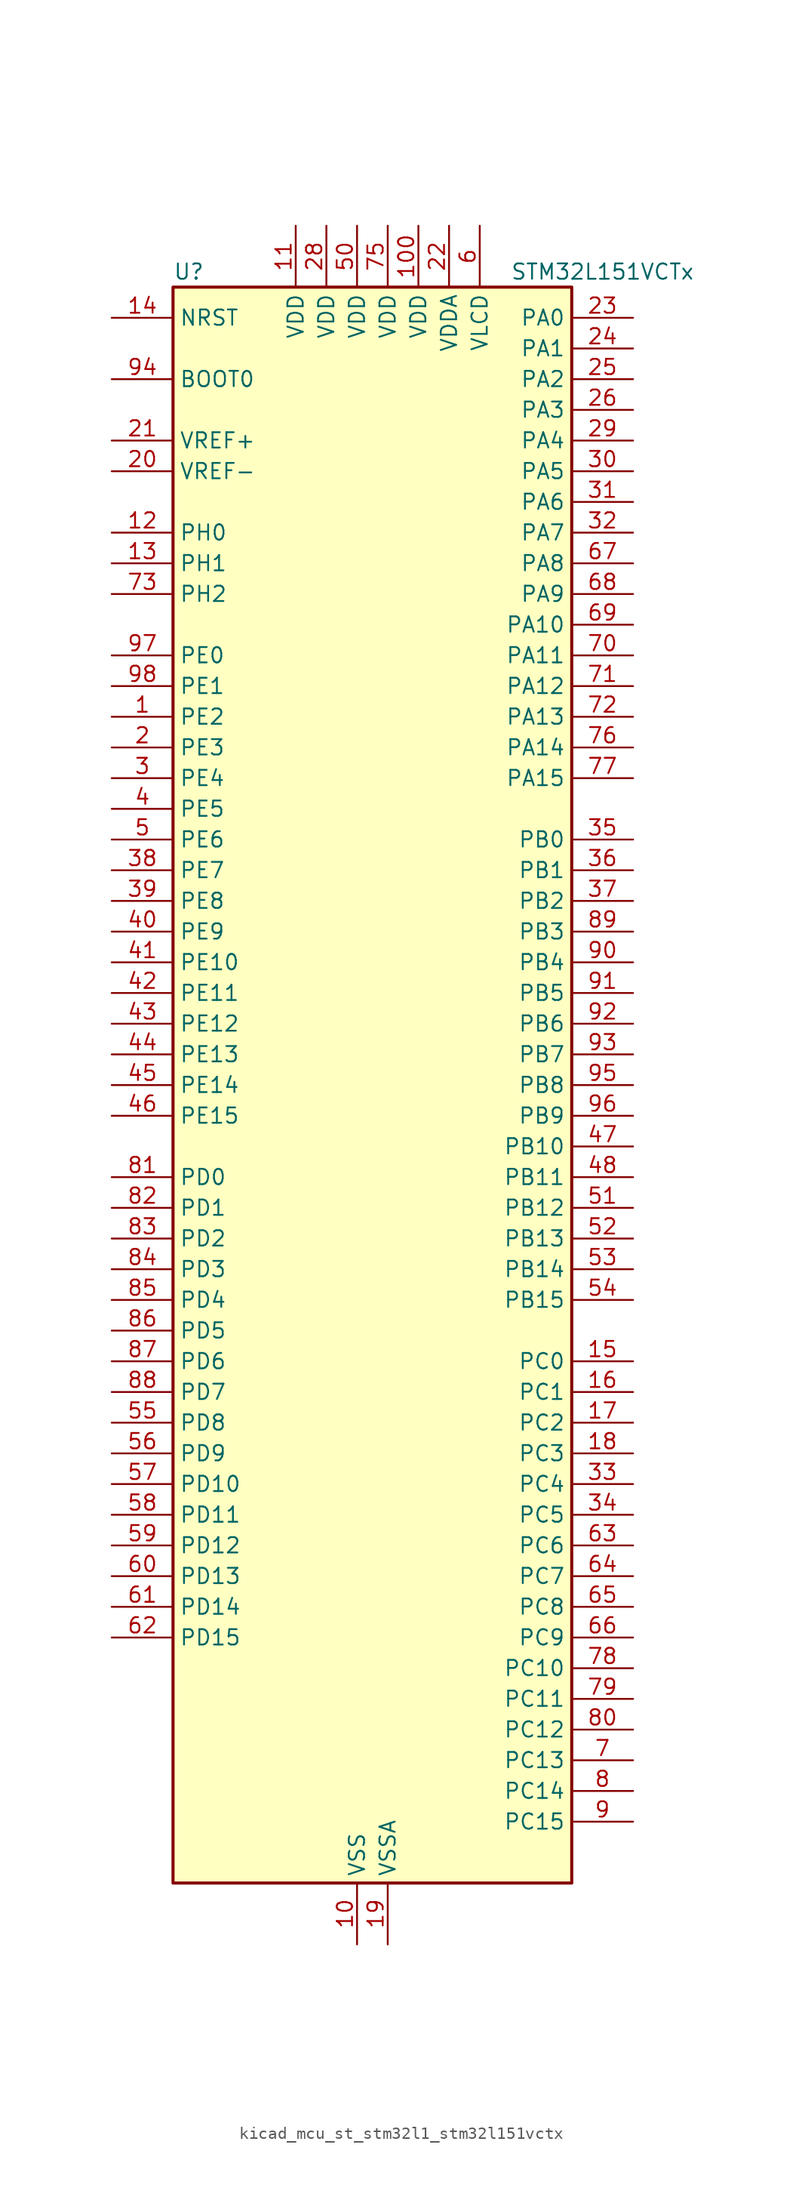
<source format=kicad_sym>
(kicad_symbol_lib
  (version 20220914)
  (generator kicad_symbol_editor)
  (symbol "kicad_mcu_st_stm32l1_stm32l151vctx"
    (property "Reference" "U"
      (at -15.24 67.31 0)
      (effects (font (size 1.27 1.27)) (justify left)))
    (property "Value" "STM32L151VCTx"
      (at 12.7 67.31 0)
      (effects (font (size 1.27 1.27)) (justify left)))
    (property "ki_locked" ""
      (at 0 0 0)
      (effects (font (size 1.27 1.27))))
    (symbol "kicad_mcu_st_stm32l1_stm32l151vctx_0_1"
      (rectangle (start -15.24 -66.04) (end 17.78 66.04) (stroke (width 0.254) (type default)) (fill (type background))))
    (symbol "kicad_mcu_st_stm32l1_stm32l151vctx_1_1"
      (pin bidirectional line (at -20.32 30.48 0) (length 5.08) (name "PE2" (effects (font (size 1.27 1.27)))) (number "1" (effects (font (size 1.27 1.27)))) (alternate "SYS_TRACECK" bidirectional line) (alternate "TIM3_ETR" bidirectional line) (alternate "TIMX_IC3" bidirectional line))
      (pin power_in line (at 0 -71.12 90) (length 5.08) (name "VSS" (effects (font (size 1.27 1.27)))) (number "10" (effects (font (size 1.27 1.27)))))
      (pin power_in line (at 5.08 71.12 270) (length 5.08) (name "VDD" (effects (font (size 1.27 1.27)))) (number "100" (effects (font (size 1.27 1.27)))))
      (pin power_in line (at -5.08 71.12 270) (length 5.08) (name "VDD" (effects (font (size 1.27 1.27)))) (number "11" (effects (font (size 1.27 1.27)))))
      (pin bidirectional line (at -20.32 45.72 0) (length 5.08) (name "PH0" (effects (font (size 1.27 1.27)))) (number "12" (effects (font (size 1.27 1.27)))) (alternate "RCC_OSC_IN" bidirectional line))
      (pin bidirectional line (at -20.32 43.18 0) (length 5.08) (name "PH1" (effects (font (size 1.27 1.27)))) (number "13" (effects (font (size 1.27 1.27)))) (alternate "RCC_OSC_OUT" bidirectional line))
      (pin input line (at -20.32 63.5 0) (length 5.08) (name "NRST" (effects (font (size 1.27 1.27)))) (number "14" (effects (font (size 1.27 1.27)))))
      (pin bidirectional line (at 22.86 -22.86 180) (length 5.08) (name "PC0" (effects (font (size 1.27 1.27)))) (number "15" (effects (font (size 1.27 1.27)))) (alternate "ADC_IN10" bidirectional line) (alternate "COMP1_INP" bidirectional line) (alternate "TIMX_IC1" bidirectional line) (alternate "TS_G8_IO1" bidirectional line))
      (pin bidirectional line (at 22.86 -25.4 180) (length 5.08) (name "PC1" (effects (font (size 1.27 1.27)))) (number "16" (effects (font (size 1.27 1.27)))) (alternate "ADC_IN11" bidirectional line) (alternate "COMP1_INP" bidirectional line) (alternate "TIMX_IC2" bidirectional line) (alternate "TS_G8_IO2" bidirectional line))
      (pin bidirectional line (at 22.86 -27.94 180) (length 5.08) (name "PC2" (effects (font (size 1.27 1.27)))) (number "17" (effects (font (size 1.27 1.27)))) (alternate "ADC_IN12" bidirectional line) (alternate "COMP1_INP" bidirectional line) (alternate "TIMX_IC3" bidirectional line) (alternate "TS_G8_IO3" bidirectional line))
      (pin bidirectional line (at 22.86 -30.48 180) (length 5.08) (name "PC3" (effects (font (size 1.27 1.27)))) (number "18" (effects (font (size 1.27 1.27)))) (alternate "ADC_IN13" bidirectional line) (alternate "COMP1_INP" bidirectional line) (alternate "TIMX_IC4" bidirectional line) (alternate "TS_G8_IO4" bidirectional line))
      (pin power_in line (at 2.54 -71.12 90) (length 5.08) (name "VSSA" (effects (font (size 1.27 1.27)))) (number "19" (effects (font (size 1.27 1.27)))))
      (pin bidirectional line (at -20.32 27.94 0) (length 5.08) (name "PE3" (effects (font (size 1.27 1.27)))) (number "2" (effects (font (size 1.27 1.27)))) (alternate "SYS_TRACED0" bidirectional line) (alternate "TIM3_CH1" bidirectional line) (alternate "TIMX_IC4" bidirectional line))
      (pin input line (at -20.32 50.8 0) (length 5.08) (name "VREF-" (effects (font (size 1.27 1.27)))) (number "20" (effects (font (size 1.27 1.27)))))
      (pin input line (at -20.32 53.34 0) (length 5.08) (name "VREF+" (effects (font (size 1.27 1.27)))) (number "21" (effects (font (size 1.27 1.27)))))
      (pin power_in line (at 7.62 71.12 270) (length 5.08) (name "VDDA" (effects (font (size 1.27 1.27)))) (number "22" (effects (font (size 1.27 1.27)))))
      (pin bidirectional line (at 22.86 63.5 180) (length 5.08) (name "PA0" (effects (font (size 1.27 1.27)))) (number "23" (effects (font (size 1.27 1.27)))) (alternate "ADC_IN0" bidirectional line) (alternate "COMP1_INP" bidirectional line) (alternate "RTC_TAMP2" bidirectional line) (alternate "SYS_WKUP1" bidirectional line) (alternate "TIM2_CH1" bidirectional line) (alternate "TIM2_ETR" bidirectional line) (alternate "TIM5_CH1" bidirectional line) (alternate "TIMX_IC1" bidirectional line) (alternate "TS_G1_IO1" bidirectional line) (alternate "USART2_CTS" bidirectional line))
      (pin bidirectional line (at 22.86 60.96 180) (length 5.08) (name "PA1" (effects (font (size 1.27 1.27)))) (number "24" (effects (font (size 1.27 1.27)))) (alternate "ADC_IN1" bidirectional line) (alternate "COMP1_INP" bidirectional line) (alternate "OPAMP1_VINP" bidirectional line) (alternate "TIM2_CH2" bidirectional line) (alternate "TIM5_CH2" bidirectional line) (alternate "TIMX_IC2" bidirectional line) (alternate "TS_G1_IO2" bidirectional line) (alternate "USART2_RTS" bidirectional line))
      (pin bidirectional line (at 22.86 58.42 180) (length 5.08) (name "PA2" (effects (font (size 1.27 1.27)))) (number "25" (effects (font (size 1.27 1.27)))) (alternate "ADC_IN2" bidirectional line) (alternate "COMP1_INP" bidirectional line) (alternate "OPAMP1_VINM" bidirectional line) (alternate "TIM2_CH3" bidirectional line) (alternate "TIM5_CH3" bidirectional line) (alternate "TIM9_CH1" bidirectional line) (alternate "TIMX_IC3" bidirectional line) (alternate "TS_G1_IO3" bidirectional line) (alternate "USART2_TX" bidirectional line))
      (pin bidirectional line (at 22.86 55.88 180) (length 5.08) (name "PA3" (effects (font (size 1.27 1.27)))) (number "26" (effects (font (size 1.27 1.27)))) (alternate "ADC_IN3" bidirectional line) (alternate "COMP1_INP" bidirectional line) (alternate "OPAMP1_VOUT" bidirectional line) (alternate "TIM2_CH4" bidirectional line) (alternate "TIM5_CH4" bidirectional line) (alternate "TIM9_CH2" bidirectional line) (alternate "TIMX_IC4" bidirectional line) (alternate "TS_G1_IO4" bidirectional line) (alternate "USART2_RX" bidirectional line))
      (pin passive line (at 0 -71.12 90) (length 5.08) hide (name "VSS" (effects (font (size 1.27 1.27)))) (number "27" (effects (font (size 1.27 1.27)))))
      (pin power_in line (at -2.54 71.12 270) (length 5.08) (name "VDD" (effects (font (size 1.27 1.27)))) (number "28" (effects (font (size 1.27 1.27)))))
      (pin bidirectional line (at 22.86 53.34 180) (length 5.08) (name "PA4" (effects (font (size 1.27 1.27)))) (number "29" (effects (font (size 1.27 1.27)))) (alternate "ADC_IN4" bidirectional line) (alternate "COMP1_INP" bidirectional line) (alternate "DAC_OUT1" bidirectional line) (alternate "I2S3_WS" bidirectional line) (alternate "SPI1_NSS" bidirectional line) (alternate "SPI3_NSS" bidirectional line) (alternate "TIMX_IC1" bidirectional line) (alternate "USART2_CK" bidirectional line))
      (pin bidirectional line (at -20.32 25.4 0) (length 5.08) (name "PE4" (effects (font (size 1.27 1.27)))) (number "3" (effects (font (size 1.27 1.27)))) (alternate "SYS_TRACED1" bidirectional line) (alternate "TIM3_CH2" bidirectional line) (alternate "TIMX_IC1" bidirectional line))
      (pin bidirectional line (at 22.86 50.8 180) (length 5.08) (name "PA5" (effects (font (size 1.27 1.27)))) (number "30" (effects (font (size 1.27 1.27)))) (alternate "ADC_IN5" bidirectional line) (alternate "COMP1_INP" bidirectional line) (alternate "DAC_OUT2" bidirectional line) (alternate "SPI1_SCK" bidirectional line) (alternate "TIM2_CH1" bidirectional line) (alternate "TIM2_ETR" bidirectional line) (alternate "TIMX_IC2" bidirectional line))
      (pin bidirectional line (at 22.86 48.26 180) (length 5.08) (name "PA6" (effects (font (size 1.27 1.27)))) (number "31" (effects (font (size 1.27 1.27)))) (alternate "ADC_IN6" bidirectional line) (alternate "COMP1_INP" bidirectional line) (alternate "OPAMP2_VINP" bidirectional line) (alternate "SPI1_MISO" bidirectional line) (alternate "TIM10_CH1" bidirectional line) (alternate "TIM3_CH1" bidirectional line) (alternate "TIMX_IC3" bidirectional line) (alternate "TS_G2_IO1" bidirectional line))
      (pin bidirectional line (at 22.86 45.72 180) (length 5.08) (name "PA7" (effects (font (size 1.27 1.27)))) (number "32" (effects (font (size 1.27 1.27)))) (alternate "ADC_IN7" bidirectional line) (alternate "COMP1_INP" bidirectional line) (alternate "OPAMP2_VINM" bidirectional line) (alternate "SPI1_MOSI" bidirectional line) (alternate "TIM11_CH1" bidirectional line) (alternate "TIM3_CH2" bidirectional line) (alternate "TIMX_IC4" bidirectional line) (alternate "TS_G2_IO2" bidirectional line))
      (pin bidirectional line (at 22.86 -33.02 180) (length 5.08) (name "PC4" (effects (font (size 1.27 1.27)))) (number "33" (effects (font (size 1.27 1.27)))) (alternate "ADC_IN14" bidirectional line) (alternate "COMP1_INP" bidirectional line) (alternate "TIMX_IC1" bidirectional line) (alternate "TS_G9_IO1" bidirectional line))
      (pin bidirectional line (at 22.86 -35.56 180) (length 5.08) (name "PC5" (effects (font (size 1.27 1.27)))) (number "34" (effects (font (size 1.27 1.27)))) (alternate "ADC_IN15" bidirectional line) (alternate "COMP1_INP" bidirectional line) (alternate "TIMX_IC2" bidirectional line) (alternate "TS_G9_IO2" bidirectional line))
      (pin bidirectional line (at 22.86 20.32 180) (length 5.08) (name "PB0" (effects (font (size 1.27 1.27)))) (number "35" (effects (font (size 1.27 1.27)))) (alternate "ADC_IN8" bidirectional line) (alternate "COMP1_INP" bidirectional line) (alternate "OPAMP2_VOUT" bidirectional line) (alternate "SYS_V_REF_OUT" bidirectional line) (alternate "TIM3_CH3" bidirectional line) (alternate "TS_G3_IO1" bidirectional line))
      (pin bidirectional line (at 22.86 17.78 180) (length 5.08) (name "PB1" (effects (font (size 1.27 1.27)))) (number "36" (effects (font (size 1.27 1.27)))) (alternate "ADC_IN9" bidirectional line) (alternate "COMP1_INP" bidirectional line) (alternate "SYS_V_REF_OUT" bidirectional line) (alternate "TIM3_CH4" bidirectional line) (alternate "TS_G3_IO2" bidirectional line))
      (pin bidirectional line (at 22.86 15.24 180) (length 5.08) (name "PB2" (effects (font (size 1.27 1.27)))) (number "37" (effects (font (size 1.27 1.27)))) (alternate "TS_G3_IO3" bidirectional line))
      (pin bidirectional line (at -20.32 17.78 0) (length 5.08) (name "PE7" (effects (font (size 1.27 1.27)))) (number "38" (effects (font (size 1.27 1.27)))) (alternate "ADC_IN22" bidirectional line) (alternate "COMP1_INP" bidirectional line) (alternate "TIMX_IC4" bidirectional line))
      (pin bidirectional line (at -20.32 15.24 0) (length 5.08) (name "PE8" (effects (font (size 1.27 1.27)))) (number "39" (effects (font (size 1.27 1.27)))) (alternate "ADC_IN23" bidirectional line) (alternate "COMP1_INP" bidirectional line) (alternate "TIMX_IC1" bidirectional line))
      (pin bidirectional line (at -20.32 22.86 0) (length 5.08) (name "PE5" (effects (font (size 1.27 1.27)))) (number "4" (effects (font (size 1.27 1.27)))) (alternate "SYS_TRACED2" bidirectional line) (alternate "TIM9_CH1" bidirectional line) (alternate "TIMX_IC2" bidirectional line))
      (pin bidirectional line (at -20.32 12.7 0) (length 5.08) (name "PE9" (effects (font (size 1.27 1.27)))) (number "40" (effects (font (size 1.27 1.27)))) (alternate "ADC_IN24" bidirectional line) (alternate "COMP1_INP" bidirectional line) (alternate "DAC_EXTI9" bidirectional line) (alternate "TIM2_CH1" bidirectional line) (alternate "TIM2_ETR" bidirectional line) (alternate "TIM5_ETR" bidirectional line) (alternate "TIMX_IC2" bidirectional line))
      (pin bidirectional line (at -20.32 10.16 0) (length 5.08) (name "PE10" (effects (font (size 1.27 1.27)))) (number "41" (effects (font (size 1.27 1.27)))) (alternate "ADC_IN25" bidirectional line) (alternate "COMP1_INP" bidirectional line) (alternate "TIM2_CH2" bidirectional line) (alternate "TIMX_IC3" bidirectional line))
      (pin bidirectional line (at -20.32 7.62 0) (length 5.08) (name "PE11" (effects (font (size 1.27 1.27)))) (number "42" (effects (font (size 1.27 1.27)))) (alternate "ADC_EXTI11" bidirectional line) (alternate "TIM2_CH3" bidirectional line) (alternate "TIMX_IC4" bidirectional line))
      (pin bidirectional line (at -20.32 5.08 0) (length 5.08) (name "PE12" (effects (font (size 1.27 1.27)))) (number "43" (effects (font (size 1.27 1.27)))) (alternate "SPI1_NSS" bidirectional line) (alternate "TIM2_CH4" bidirectional line) (alternate "TIMX_IC1" bidirectional line))
      (pin bidirectional line (at -20.32 2.54 0) (length 5.08) (name "PE13" (effects (font (size 1.27 1.27)))) (number "44" (effects (font (size 1.27 1.27)))) (alternate "SPI1_SCK" bidirectional line) (alternate "TIMX_IC2" bidirectional line))
      (pin bidirectional line (at -20.32 0 0) (length 5.08) (name "PE14" (effects (font (size 1.27 1.27)))) (number "45" (effects (font (size 1.27 1.27)))) (alternate "SPI1_MISO" bidirectional line) (alternate "TIMX_IC3" bidirectional line))
      (pin bidirectional line (at -20.32 -2.54 0) (length 5.08) (name "PE15" (effects (font (size 1.27 1.27)))) (number "46" (effects (font (size 1.27 1.27)))) (alternate "ADC_EXTI15" bidirectional line) (alternate "SPI1_MOSI" bidirectional line) (alternate "TIMX_IC4" bidirectional line))
      (pin bidirectional line (at 22.86 -5.08 180) (length 5.08) (name "PB10" (effects (font (size 1.27 1.27)))) (number "47" (effects (font (size 1.27 1.27)))) (alternate "I2C2_SCL" bidirectional line) (alternate "TIM2_CH3" bidirectional line) (alternate "USART3_TX" bidirectional line))
      (pin bidirectional line (at 22.86 -7.62 180) (length 5.08) (name "PB11" (effects (font (size 1.27 1.27)))) (number "48" (effects (font (size 1.27 1.27)))) (alternate "ADC_EXTI11" bidirectional line) (alternate "I2C2_SDA" bidirectional line) (alternate "TIM2_CH4" bidirectional line) (alternate "USART3_RX" bidirectional line))
      (pin passive line (at 0 -71.12 90) (length 5.08) hide (name "VSS" (effects (font (size 1.27 1.27)))) (number "49" (effects (font (size 1.27 1.27)))))
      (pin bidirectional line (at -20.32 20.32 0) (length 5.08) (name "PE6" (effects (font (size 1.27 1.27)))) (number "5" (effects (font (size 1.27 1.27)))) (alternate "RTC_TAMP3" bidirectional line) (alternate "SYS_TRACED3" bidirectional line) (alternate "SYS_WKUP3" bidirectional line) (alternate "TIM9_CH2" bidirectional line) (alternate "TIMX_IC3" bidirectional line))
      (pin power_in line (at 0 71.12 270) (length 5.08) (name "VDD" (effects (font (size 1.27 1.27)))) (number "50" (effects (font (size 1.27 1.27)))))
      (pin bidirectional line (at 22.86 -10.16 180) (length 5.08) (name "PB12" (effects (font (size 1.27 1.27)))) (number "51" (effects (font (size 1.27 1.27)))) (alternate "ADC_IN18" bidirectional line) (alternate "COMP1_INP" bidirectional line) (alternate "I2C2_SMBA" bidirectional line) (alternate "I2S2_WS" bidirectional line) (alternate "SPI2_NSS" bidirectional line) (alternate "TIM10_CH1" bidirectional line) (alternate "TS_G7_IO1" bidirectional line) (alternate "USART3_CK" bidirectional line))
      (pin bidirectional line (at 22.86 -12.7 180) (length 5.08) (name "PB13" (effects (font (size 1.27 1.27)))) (number "52" (effects (font (size 1.27 1.27)))) (alternate "ADC_IN19" bidirectional line) (alternate "COMP1_INP" bidirectional line) (alternate "I2S2_CK" bidirectional line) (alternate "SPI2_SCK" bidirectional line) (alternate "TIM9_CH1" bidirectional line) (alternate "TS_G7_IO2" bidirectional line) (alternate "USART3_CTS" bidirectional line))
      (pin bidirectional line (at 22.86 -15.24 180) (length 5.08) (name "PB14" (effects (font (size 1.27 1.27)))) (number "53" (effects (font (size 1.27 1.27)))) (alternate "ADC_IN20" bidirectional line) (alternate "COMP1_INP" bidirectional line) (alternate "SPI2_MISO" bidirectional line) (alternate "TIM9_CH2" bidirectional line) (alternate "TS_G7_IO3" bidirectional line) (alternate "USART3_RTS" bidirectional line))
      (pin bidirectional line (at 22.86 -17.78 180) (length 5.08) (name "PB15" (effects (font (size 1.27 1.27)))) (number "54" (effects (font (size 1.27 1.27)))) (alternate "ADC_EXTI15" bidirectional line) (alternate "ADC_IN21" bidirectional line) (alternate "COMP1_INP" bidirectional line) (alternate "I2S2_SD" bidirectional line) (alternate "RTC_REFIN" bidirectional line) (alternate "SPI2_MOSI" bidirectional line) (alternate "TIM11_CH1" bidirectional line) (alternate "TS_G7_IO4" bidirectional line))
      (pin bidirectional line (at -20.32 -27.94 0) (length 5.08) (name "PD8" (effects (font (size 1.27 1.27)))) (number "55" (effects (font (size 1.27 1.27)))) (alternate "TIMX_IC1" bidirectional line) (alternate "USART3_TX" bidirectional line))
      (pin bidirectional line (at -20.32 -30.48 0) (length 5.08) (name "PD9" (effects (font (size 1.27 1.27)))) (number "56" (effects (font (size 1.27 1.27)))) (alternate "DAC_EXTI9" bidirectional line) (alternate "TIMX_IC2" bidirectional line) (alternate "USART3_RX" bidirectional line))
      (pin bidirectional line (at -20.32 -33.02 0) (length 5.08) (name "PD10" (effects (font (size 1.27 1.27)))) (number "57" (effects (font (size 1.27 1.27)))) (alternate "TIMX_IC3" bidirectional line) (alternate "USART3_CK" bidirectional line))
      (pin bidirectional line (at -20.32 -35.56 0) (length 5.08) (name "PD11" (effects (font (size 1.27 1.27)))) (number "58" (effects (font (size 1.27 1.27)))) (alternate "ADC_EXTI11" bidirectional line) (alternate "TIMX_IC4" bidirectional line) (alternate "USART3_CTS" bidirectional line))
      (pin bidirectional line (at -20.32 -38.1 0) (length 5.08) (name "PD12" (effects (font (size 1.27 1.27)))) (number "59" (effects (font (size 1.27 1.27)))) (alternate "TIM4_CH1" bidirectional line) (alternate "TIMX_IC1" bidirectional line) (alternate "USART3_RTS" bidirectional line))
      (pin power_in line (at 10.16 71.12 270) (length 5.08) (name "VLCD" (effects (font (size 1.27 1.27)))) (number "6" (effects (font (size 1.27 1.27)))))
      (pin bidirectional line (at -20.32 -40.64 0) (length 5.08) (name "PD13" (effects (font (size 1.27 1.27)))) (number "60" (effects (font (size 1.27 1.27)))) (alternate "TIM4_CH2" bidirectional line) (alternate "TIMX_IC2" bidirectional line))
      (pin bidirectional line (at -20.32 -43.18 0) (length 5.08) (name "PD14" (effects (font (size 1.27 1.27)))) (number "61" (effects (font (size 1.27 1.27)))) (alternate "TIM4_CH3" bidirectional line) (alternate "TIMX_IC3" bidirectional line))
      (pin bidirectional line (at -20.32 -45.72 0) (length 5.08) (name "PD15" (effects (font (size 1.27 1.27)))) (number "62" (effects (font (size 1.27 1.27)))) (alternate "ADC_EXTI15" bidirectional line) (alternate "TIM4_CH4" bidirectional line) (alternate "TIMX_IC4" bidirectional line))
      (pin bidirectional line (at 22.86 -38.1 180) (length 5.08) (name "PC6" (effects (font (size 1.27 1.27)))) (number "63" (effects (font (size 1.27 1.27)))) (alternate "I2S2_MCK" bidirectional line) (alternate "TIM3_CH1" bidirectional line) (alternate "TIMX_IC3" bidirectional line) (alternate "TS_G10_IO1" bidirectional line))
      (pin bidirectional line (at 22.86 -40.64 180) (length 5.08) (name "PC7" (effects (font (size 1.27 1.27)))) (number "64" (effects (font (size 1.27 1.27)))) (alternate "I2S3_MCK" bidirectional line) (alternate "TIM3_CH2" bidirectional line) (alternate "TIMX_IC4" bidirectional line) (alternate "TS_G10_IO2" bidirectional line))
      (pin bidirectional line (at 22.86 -43.18 180) (length 5.08) (name "PC8" (effects (font (size 1.27 1.27)))) (number "65" (effects (font (size 1.27 1.27)))) (alternate "TIM3_CH3" bidirectional line) (alternate "TIMX_IC1" bidirectional line) (alternate "TS_G10_IO3" bidirectional line))
      (pin bidirectional line (at 22.86 -45.72 180) (length 5.08) (name "PC9" (effects (font (size 1.27 1.27)))) (number "66" (effects (font (size 1.27 1.27)))) (alternate "DAC_EXTI9" bidirectional line) (alternate "TIM3_CH4" bidirectional line) (alternate "TIMX_IC2" bidirectional line) (alternate "TS_G10_IO4" bidirectional line))
      (pin bidirectional line (at 22.86 43.18 180) (length 5.08) (name "PA8" (effects (font (size 1.27 1.27)))) (number "67" (effects (font (size 1.27 1.27)))) (alternate "RCC_MCO" bidirectional line) (alternate "TIMX_IC1" bidirectional line) (alternate "TS_G4_IO1" bidirectional line) (alternate "USART1_CK" bidirectional line))
      (pin bidirectional line (at 22.86 40.64 180) (length 5.08) (name "PA9" (effects (font (size 1.27 1.27)))) (number "68" (effects (font (size 1.27 1.27)))) (alternate "DAC_EXTI9" bidirectional line) (alternate "TIMX_IC2" bidirectional line) (alternate "TS_G4_IO2" bidirectional line) (alternate "USART1_TX" bidirectional line))
      (pin bidirectional line (at 22.86 38.1 180) (length 5.08) (name "PA10" (effects (font (size 1.27 1.27)))) (number "69" (effects (font (size 1.27 1.27)))) (alternate "TIMX_IC3" bidirectional line) (alternate "TS_G4_IO3" bidirectional line) (alternate "USART1_RX" bidirectional line))
      (pin bidirectional line (at 22.86 -55.88 180) (length 5.08) (name "PC13" (effects (font (size 1.27 1.27)))) (number "7" (effects (font (size 1.27 1.27)))) (alternate "RTC_OUT_ALARM" bidirectional line) (alternate "RTC_OUT_CALIB" bidirectional line) (alternate "RTC_TAMP1" bidirectional line) (alternate "RTC_TS" bidirectional line) (alternate "SYS_WKUP2" bidirectional line) (alternate "TIMX_IC2" bidirectional line))
      (pin bidirectional line (at 22.86 35.56 180) (length 5.08) (name "PA11" (effects (font (size 1.27 1.27)))) (number "70" (effects (font (size 1.27 1.27)))) (alternate "ADC_EXTI11" bidirectional line) (alternate "SPI1_MISO" bidirectional line) (alternate "TIMX_IC4" bidirectional line) (alternate "USART1_CTS" bidirectional line) (alternate "USB_DM" bidirectional line))
      (pin bidirectional line (at 22.86 33.02 180) (length 5.08) (name "PA12" (effects (font (size 1.27 1.27)))) (number "71" (effects (font (size 1.27 1.27)))) (alternate "SPI1_MOSI" bidirectional line) (alternate "TIMX_IC1" bidirectional line) (alternate "USART1_RTS" bidirectional line) (alternate "USB_DP" bidirectional line))
      (pin bidirectional line (at 22.86 30.48 180) (length 5.08) (name "PA13" (effects (font (size 1.27 1.27)))) (number "72" (effects (font (size 1.27 1.27)))) (alternate "SYS_JTMS-SWDIO" bidirectional line) (alternate "TIMX_IC2" bidirectional line) (alternate "TS_G5_IO1" bidirectional line))
      (pin bidirectional line (at -20.32 40.64 0) (length 5.08) (name "PH2" (effects (font (size 1.27 1.27)))) (number "73" (effects (font (size 1.27 1.27)))))
      (pin passive line (at 0 -71.12 90) (length 5.08) hide (name "VSS" (effects (font (size 1.27 1.27)))) (number "74" (effects (font (size 1.27 1.27)))))
      (pin power_in line (at 2.54 71.12 270) (length 5.08) (name "VDD" (effects (font (size 1.27 1.27)))) (number "75" (effects (font (size 1.27 1.27)))))
      (pin bidirectional line (at 22.86 27.94 180) (length 5.08) (name "PA14" (effects (font (size 1.27 1.27)))) (number "76" (effects (font (size 1.27 1.27)))) (alternate "SYS_JTCK-SWCLK" bidirectional line) (alternate "TIMX_IC3" bidirectional line) (alternate "TS_G5_IO2" bidirectional line))
      (pin bidirectional line (at 22.86 25.4 180) (length 5.08) (name "PA15" (effects (font (size 1.27 1.27)))) (number "77" (effects (font (size 1.27 1.27)))) (alternate "ADC_EXTI15" bidirectional line) (alternate "I2S3_WS" bidirectional line) (alternate "SPI1_NSS" bidirectional line) (alternate "SPI3_NSS" bidirectional line) (alternate "SYS_JTDI" bidirectional line) (alternate "TIM2_CH1" bidirectional line) (alternate "TIM2_ETR" bidirectional line) (alternate "TIMX_IC4" bidirectional line) (alternate "TS_G5_IO3" bidirectional line))
      (pin bidirectional line (at 22.86 -48.26 180) (length 5.08) (name "PC10" (effects (font (size 1.27 1.27)))) (number "78" (effects (font (size 1.27 1.27)))) (alternate "I2S3_CK" bidirectional line) (alternate "SPI3_SCK" bidirectional line) (alternate "TIMX_IC3" bidirectional line) (alternate "USART3_TX" bidirectional line))
      (pin bidirectional line (at 22.86 -50.8 180) (length 5.08) (name "PC11" (effects (font (size 1.27 1.27)))) (number "79" (effects (font (size 1.27 1.27)))) (alternate "ADC_EXTI11" bidirectional line) (alternate "SPI3_MISO" bidirectional line) (alternate "TIMX_IC4" bidirectional line) (alternate "USART3_RX" bidirectional line))
      (pin bidirectional line (at 22.86 -58.42 180) (length 5.08) (name "PC14" (effects (font (size 1.27 1.27)))) (number "8" (effects (font (size 1.27 1.27)))) (alternate "RCC_OSC32_IN" bidirectional line) (alternate "TIMX_IC3" bidirectional line))
      (pin bidirectional line (at 22.86 -53.34 180) (length 5.08) (name "PC12" (effects (font (size 1.27 1.27)))) (number "80" (effects (font (size 1.27 1.27)))) (alternate "I2S3_SD" bidirectional line) (alternate "SPI3_MOSI" bidirectional line) (alternate "TIMX_IC1" bidirectional line) (alternate "USART3_CK" bidirectional line))
      (pin bidirectional line (at -20.32 -7.62 0) (length 5.08) (name "PD0" (effects (font (size 1.27 1.27)))) (number "81" (effects (font (size 1.27 1.27)))) (alternate "I2S2_WS" bidirectional line) (alternate "SPI2_NSS" bidirectional line) (alternate "TIM9_CH1" bidirectional line) (alternate "TIMX_IC1" bidirectional line))
      (pin bidirectional line (at -20.32 -10.16 0) (length 5.08) (name "PD1" (effects (font (size 1.27 1.27)))) (number "82" (effects (font (size 1.27 1.27)))) (alternate "I2S2_CK" bidirectional line) (alternate "SPI2_SCK" bidirectional line) (alternate "TIMX_IC2" bidirectional line))
      (pin bidirectional line (at -20.32 -12.7 0) (length 5.08) (name "PD2" (effects (font (size 1.27 1.27)))) (number "83" (effects (font (size 1.27 1.27)))) (alternate "TIM3_ETR" bidirectional line) (alternate "TIMX_IC3" bidirectional line))
      (pin bidirectional line (at -20.32 -15.24 0) (length 5.08) (name "PD3" (effects (font (size 1.27 1.27)))) (number "84" (effects (font (size 1.27 1.27)))) (alternate "SPI2_MISO" bidirectional line) (alternate "TIMX_IC4" bidirectional line) (alternate "USART2_CTS" bidirectional line))
      (pin bidirectional line (at -20.32 -17.78 0) (length 5.08) (name "PD4" (effects (font (size 1.27 1.27)))) (number "85" (effects (font (size 1.27 1.27)))) (alternate "I2S2_SD" bidirectional line) (alternate "SPI2_MOSI" bidirectional line) (alternate "TIMX_IC1" bidirectional line) (alternate "USART2_RTS" bidirectional line))
      (pin bidirectional line (at -20.32 -20.32 0) (length 5.08) (name "PD5" (effects (font (size 1.27 1.27)))) (number "86" (effects (font (size 1.27 1.27)))) (alternate "TIMX_IC2" bidirectional line) (alternate "USART2_TX" bidirectional line))
      (pin bidirectional line (at -20.32 -22.86 0) (length 5.08) (name "PD6" (effects (font (size 1.27 1.27)))) (number "87" (effects (font (size 1.27 1.27)))) (alternate "TIMX_IC3" bidirectional line) (alternate "USART2_RX" bidirectional line))
      (pin bidirectional line (at -20.32 -25.4 0) (length 5.08) (name "PD7" (effects (font (size 1.27 1.27)))) (number "88" (effects (font (size 1.27 1.27)))) (alternate "TIM9_CH2" bidirectional line) (alternate "TIMX_IC4" bidirectional line) (alternate "USART2_CK" bidirectional line))
      (pin bidirectional line (at 22.86 12.7 180) (length 5.08) (name "PB3" (effects (font (size 1.27 1.27)))) (number "89" (effects (font (size 1.27 1.27)))) (alternate "COMP2_INM" bidirectional line) (alternate "I2S3_CK" bidirectional line) (alternate "SPI1_SCK" bidirectional line) (alternate "SPI3_SCK" bidirectional line) (alternate "SYS_JTDO-TRACESWO" bidirectional line) (alternate "TIM2_CH2" bidirectional line))
      (pin bidirectional line (at 22.86 -60.96 180) (length 5.08) (name "PC15" (effects (font (size 1.27 1.27)))) (number "9" (effects (font (size 1.27 1.27)))) (alternate "ADC_EXTI15" bidirectional line) (alternate "RCC_OSC32_OUT" bidirectional line) (alternate "TIMX_IC4" bidirectional line))
      (pin bidirectional line (at 22.86 10.16 180) (length 5.08) (name "PB4" (effects (font (size 1.27 1.27)))) (number "90" (effects (font (size 1.27 1.27)))) (alternate "COMP2_INP" bidirectional line) (alternate "SPI1_MISO" bidirectional line) (alternate "SPI3_MISO" bidirectional line) (alternate "SYS_JTRST" bidirectional line) (alternate "TIM3_CH1" bidirectional line) (alternate "TS_G6_IO1" bidirectional line))
      (pin bidirectional line (at 22.86 7.62 180) (length 5.08) (name "PB5" (effects (font (size 1.27 1.27)))) (number "91" (effects (font (size 1.27 1.27)))) (alternate "COMP2_INP" bidirectional line) (alternate "I2C1_SMBA" bidirectional line) (alternate "I2S3_SD" bidirectional line) (alternate "SPI1_MOSI" bidirectional line) (alternate "SPI3_MOSI" bidirectional line) (alternate "TIM3_CH2" bidirectional line) (alternate "TS_G6_IO2" bidirectional line))
      (pin bidirectional line (at 22.86 5.08 180) (length 5.08) (name "PB6" (effects (font (size 1.27 1.27)))) (number "92" (effects (font (size 1.27 1.27)))) (alternate "COMP2_INP" bidirectional line) (alternate "I2C1_SCL" bidirectional line) (alternate "TIM4_CH1" bidirectional line) (alternate "TS_G6_IO3" bidirectional line) (alternate "USART1_TX" bidirectional line))
      (pin bidirectional line (at 22.86 2.54 180) (length 5.08) (name "PB7" (effects (font (size 1.27 1.27)))) (number "93" (effects (font (size 1.27 1.27)))) (alternate "COMP2_INP" bidirectional line) (alternate "I2C1_SDA" bidirectional line) (alternate "SYS_PVD_IN" bidirectional line) (alternate "TIM4_CH2" bidirectional line) (alternate "TS_G6_IO4" bidirectional line) (alternate "USART1_RX" bidirectional line))
      (pin input line (at -20.32 58.42 0) (length 5.08) (name "BOOT0" (effects (font (size 1.27 1.27)))) (number "94" (effects (font (size 1.27 1.27)))))
      (pin bidirectional line (at 22.86 0 180) (length 5.08) (name "PB8" (effects (font (size 1.27 1.27)))) (number "95" (effects (font (size 1.27 1.27)))) (alternate "I2C1_SCL" bidirectional line) (alternate "TIM10_CH1" bidirectional line) (alternate "TIM4_CH3" bidirectional line))
      (pin bidirectional line (at 22.86 -2.54 180) (length 5.08) (name "PB9" (effects (font (size 1.27 1.27)))) (number "96" (effects (font (size 1.27 1.27)))) (alternate "DAC_EXTI9" bidirectional line) (alternate "I2C1_SDA" bidirectional line) (alternate "TIM11_CH1" bidirectional line) (alternate "TIM4_CH4" bidirectional line))
      (pin bidirectional line (at -20.32 35.56 0) (length 5.08) (name "PE0" (effects (font (size 1.27 1.27)))) (number "97" (effects (font (size 1.27 1.27)))) (alternate "TIM10_CH1" bidirectional line) (alternate "TIM4_ETR" bidirectional line) (alternate "TIMX_IC1" bidirectional line))
      (pin bidirectional line (at -20.32 33.02 0) (length 5.08) (name "PE1" (effects (font (size 1.27 1.27)))) (number "98" (effects (font (size 1.27 1.27)))) (alternate "TIM11_CH1" bidirectional line) (alternate "TIMX_IC2" bidirectional line))
      (pin passive line (at 0 -71.12 90) (length 5.08) hide (name "VSS" (effects (font (size 1.27 1.27)))) (number "99" (effects (font (size 1.27 1.27))))))))
</source>
